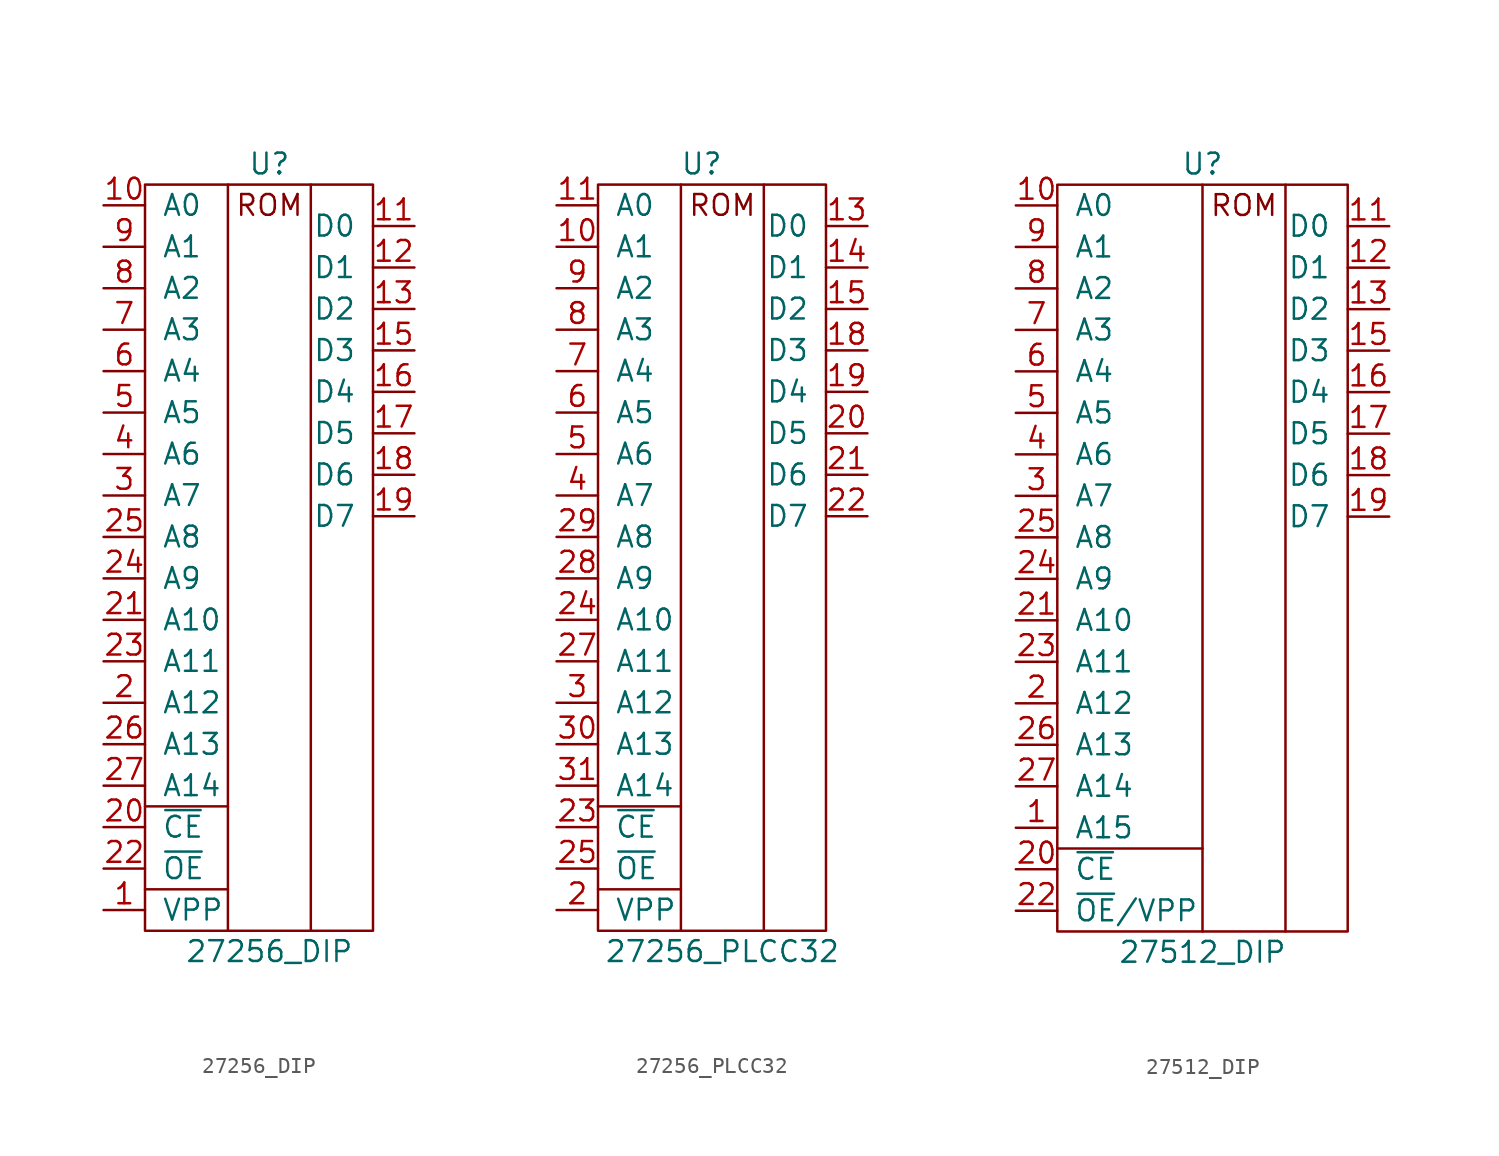
<source format=kicad_sym>
(kicad_symbol_lib
  (version 20211014)
  (generator kicad_symbol_editor)
  (symbol "27256_DIP"
    (pin_names
      (offset 1.016))
    (property "Reference" "U"
      (at 0 25.4 0)
      (effects (font (size 1.27 1.27))))
    (property "Value" "27256_DIP"
      (at 0 -22.86 0)
      (effects (font (size 1.27 1.27))))
    (symbol "27256_DIP_0_0"
      (polyline (pts (xy 2.54 24.13) (xy 2.54 -21.59)) (stroke (width 0) (type default) (color 0 0 0 0)) (fill (type none)))
      (text "ROM" (at 0 22.86 0) (effects (font (size 1.27 1.27)))))
    (symbol "27256_DIP_0_1"
      (rectangle (start -7.62 24.13) (end 6.35 -21.59) (stroke (width 0) (type default) (color 0 0 0 0)) (fill (type none)))
      (polyline (pts (xy -7.62 -19.05) (xy -2.54 -19.05)) (stroke (width 0) (type default) (color 0 0 0 0)) (fill (type none)))
      (polyline (pts (xy -7.62 -13.97) (xy -2.54 -13.97)) (stroke (width 0) (type default) (color 0 0 0 0)) (fill (type none)))
      (polyline (pts (xy -2.54 -21.59) (xy -2.54 24.13)) (stroke (width 0) (type default) (color 0 0 0 0)) (fill (type none)))
      (pin power_in line (at 6.35 -21.59 180) (length 0) hide (name "GND" (effects (font (size 1.27 1.27)))) (number "14" (effects (font (size 1.27 1.27)))))
      (pin power_in line (at 6.35 24.13 180) (length 0) hide (name "VCC" (effects (font (size 1.27 1.27)))) (number "28" (effects (font (size 1.27 1.27))))))
    (symbol "27256_DIP_1_1"
      (pin input line (at -10.16 -20.32 0) (length 2.54) (name "VPP" (effects (font (size 1.27 1.27)))) (number "1" (effects (font (size 1.27 1.27)))))
      (pin input line (at -10.16 22.86 0) (length 2.54) (name "A0" (effects (font (size 1.27 1.27)))) (number "10" (effects (font (size 1.27 1.27)))))
      (pin output line (at 8.89 21.59 180) (length 2.54) (name "D0" (effects (font (size 1.27 1.27)))) (number "11" (effects (font (size 1.27 1.27)))))
      (pin output line (at 8.89 19.05 180) (length 2.54) (name "D1" (effects (font (size 1.27 1.27)))) (number "12" (effects (font (size 1.27 1.27)))))
      (pin output line (at 8.89 16.51 180) (length 2.54) (name "D2" (effects (font (size 1.27 1.27)))) (number "13" (effects (font (size 1.27 1.27)))))
      (pin output line (at 8.89 13.97 180) (length 2.54) (name "D3" (effects (font (size 1.27 1.27)))) (number "15" (effects (font (size 1.27 1.27)))))
      (pin output line (at 8.89 11.43 180) (length 2.54) (name "D4" (effects (font (size 1.27 1.27)))) (number "16" (effects (font (size 1.27 1.27)))))
      (pin output line (at 8.89 8.89 180) (length 2.54) (name "D5" (effects (font (size 1.27 1.27)))) (number "17" (effects (font (size 1.27 1.27)))))
      (pin output line (at 8.89 6.35 180) (length 2.54) (name "D6" (effects (font (size 1.27 1.27)))) (number "18" (effects (font (size 1.27 1.27)))))
      (pin output line (at 8.89 3.81 180) (length 2.54) (name "D7" (effects (font (size 1.27 1.27)))) (number "19" (effects (font (size 1.27 1.27)))))
      (pin input line (at -10.16 -7.62 0) (length 2.54) (name "A12" (effects (font (size 1.27 1.27)))) (number "2" (effects (font (size 1.27 1.27)))))
      (pin input line (at -10.16 -15.24 0) (length 2.54) (name "~{CE}" (effects (font (size 1.27 1.27)))) (number "20" (effects (font (size 1.27 1.27)))))
      (pin input line (at -10.16 -2.54 0) (length 2.54) (name "A10" (effects (font (size 1.27 1.27)))) (number "21" (effects (font (size 1.27 1.27)))))
      (pin input line (at -10.16 -17.78 0) (length 2.54) (name "~{OE}" (effects (font (size 1.27 1.27)))) (number "22" (effects (font (size 1.27 1.27)))))
      (pin input line (at -10.16 -5.08 0) (length 2.54) (name "A11" (effects (font (size 1.27 1.27)))) (number "23" (effects (font (size 1.27 1.27)))))
      (pin input line (at -10.16 0 0) (length 2.54) (name "A9" (effects (font (size 1.27 1.27)))) (number "24" (effects (font (size 1.27 1.27)))))
      (pin input line (at -10.16 2.54 0) (length 2.54) (name "A8" (effects (font (size 1.27 1.27)))) (number "25" (effects (font (size 1.27 1.27)))))
      (pin input line (at -10.16 -10.16 0) (length 2.54) (name "A13" (effects (font (size 1.27 1.27)))) (number "26" (effects (font (size 1.27 1.27)))))
      (pin input line (at -10.16 -12.7 0) (length 2.54) (name "A14" (effects (font (size 1.27 1.27)))) (number "27" (effects (font (size 1.27 1.27)))))
      (pin input line (at -10.16 5.08 0) (length 2.54) (name "A7" (effects (font (size 1.27 1.27)))) (number "3" (effects (font (size 1.27 1.27)))))
      (pin input line (at -10.16 7.62 0) (length 2.54) (name "A6" (effects (font (size 1.27 1.27)))) (number "4" (effects (font (size 1.27 1.27)))))
      (pin input line (at -10.16 10.16 0) (length 2.54) (name "A5" (effects (font (size 1.27 1.27)))) (number "5" (effects (font (size 1.27 1.27)))))
      (pin input line (at -10.16 12.7 0) (length 2.54) (name "A4" (effects (font (size 1.27 1.27)))) (number "6" (effects (font (size 1.27 1.27)))))
      (pin input line (at -10.16 15.24 0) (length 2.54) (name "A3" (effects (font (size 1.27 1.27)))) (number "7" (effects (font (size 1.27 1.27)))))
      (pin input line (at -10.16 17.78 0) (length 2.54) (name "A2" (effects (font (size 1.27 1.27)))) (number "8" (effects (font (size 1.27 1.27)))))
      (pin input line (at -10.16 20.32 0) (length 2.54) (name "A1" (effects (font (size 1.27 1.27)))) (number "9" (effects (font (size 1.27 1.27)))))))
  (symbol "27256_PLCC32"
    (pin_names
      (offset 1.016))
    (property "Reference" "U"
      (at 0 25.4 0)
      (effects (font (size 1.27 1.27))))
    (property "Value" "27256_PLCC32"
      (at 1.27 -22.86 0)
      (effects (font (size 1.27 1.27))))
    (symbol "27256_PLCC32_0_0"
      (polyline (pts (xy -6.35 -13.97) (xy -1.27 -13.97)) (stroke (width 0) (type default) (color 0 0 0 0)) (fill (type none)))
      (text "ROM" (at 1.27 22.86 0) (effects (font (size 1.27 1.27)))))
    (symbol "27256_PLCC32_0_1"
      (rectangle (start -6.35 24.13) (end 7.62 -21.59) (stroke (width 0) (type default) (color 0 0 0 0)) (fill (type none)))
      (polyline (pts (xy -6.35 -19.05) (xy -1.27 -19.05)) (stroke (width 0) (type default) (color 0 0 0 0)) (fill (type none)))
      (polyline (pts (xy -1.27 -21.59) (xy -1.27 24.13)) (stroke (width 0) (type default) (color 0 0 0 0)) (fill (type none)))
      (polyline (pts (xy 3.81 24.13) (xy 3.81 -21.59)) (stroke (width 0) (type default) (color 0 0 0 0)) (fill (type none)))
      (pin power_in line (at 7.62 -21.59 180) (length 0) hide (name "GND" (effects (font (size 1.27 1.27)))) (number "16" (effects (font (size 1.27 1.27)))))
      (pin power_in line (at 7.62 24.13 180) (length 0) hide (name "VCC" (effects (font (size 1.27 1.27)))) (number "32" (effects (font (size 1.27 1.27))))))
    (symbol "27256_PLCC32_1_1"
      (pin no_connect line (at 7.62 -2.54 180) (length 0) hide (name "DU" (effects (font (size 1.27 1.27)))) (number "1" (effects (font (size 1.27 1.27)))))
      (pin input line (at -8.89 20.32 0) (length 2.54) (name "A1" (effects (font (size 1.27 1.27)))) (number "10" (effects (font (size 1.27 1.27)))))
      (pin input line (at -8.89 22.86 0) (length 2.54) (name "A0" (effects (font (size 1.27 1.27)))) (number "11" (effects (font (size 1.27 1.27)))))
      (pin no_connect line (at 7.62 -5.08 180) (length 0) hide (name "NC" (effects (font (size 1.27 1.27)))) (number "12" (effects (font (size 1.27 1.27)))))
      (pin output line (at 10.16 21.59 180) (length 2.54) (name "D0" (effects (font (size 1.27 1.27)))) (number "13" (effects (font (size 1.27 1.27)))))
      (pin output line (at 10.16 19.05 180) (length 2.54) (name "D1" (effects (font (size 1.27 1.27)))) (number "14" (effects (font (size 1.27 1.27)))))
      (pin output line (at 10.16 16.51 180) (length 2.54) (name "D2" (effects (font (size 1.27 1.27)))) (number "15" (effects (font (size 1.27 1.27)))))
      (pin no_connect line (at 7.62 -7.62 180) (length 0) hide (name "DU" (effects (font (size 1.27 1.27)))) (number "17" (effects (font (size 1.27 1.27)))))
      (pin output line (at 10.16 13.97 180) (length 2.54) (name "D3" (effects (font (size 1.27 1.27)))) (number "18" (effects (font (size 1.27 1.27)))))
      (pin output line (at 10.16 11.43 180) (length 2.54) (name "D4" (effects (font (size 1.27 1.27)))) (number "19" (effects (font (size 1.27 1.27)))))
      (pin input line (at -8.89 -20.32 0) (length 2.54) (name "VPP" (effects (font (size 1.27 1.27)))) (number "2" (effects (font (size 1.27 1.27)))))
      (pin output line (at 10.16 8.89 180) (length 2.54) (name "D5" (effects (font (size 1.27 1.27)))) (number "20" (effects (font (size 1.27 1.27)))))
      (pin output line (at 10.16 6.35 180) (length 2.54) (name "D6" (effects (font (size 1.27 1.27)))) (number "21" (effects (font (size 1.27 1.27)))))
      (pin output line (at 10.16 3.81 180) (length 2.54) (name "D7" (effects (font (size 1.27 1.27)))) (number "22" (effects (font (size 1.27 1.27)))))
      (pin input line (at -8.89 -15.24 0) (length 2.54) (name "~{CE}" (effects (font (size 1.27 1.27)))) (number "23" (effects (font (size 1.27 1.27)))))
      (pin input line (at -8.89 -2.54 0) (length 2.54) (name "A10" (effects (font (size 1.27 1.27)))) (number "24" (effects (font (size 1.27 1.27)))))
      (pin input line (at -8.89 -17.78 0) (length 2.54) (name "~{OE}" (effects (font (size 1.27 1.27)))) (number "25" (effects (font (size 1.27 1.27)))))
      (pin no_connect line (at 7.62 -10.16 180) (length 0) hide (name "NC" (effects (font (size 1.27 1.27)))) (number "26" (effects (font (size 1.27 1.27)))))
      (pin input line (at -8.89 -5.08 0) (length 2.54) (name "A11" (effects (font (size 1.27 1.27)))) (number "27" (effects (font (size 1.27 1.27)))))
      (pin input line (at -8.89 0 0) (length 2.54) (name "A9" (effects (font (size 1.27 1.27)))) (number "28" (effects (font (size 1.27 1.27)))))
      (pin input line (at -8.89 2.54 0) (length 2.54) (name "A8" (effects (font (size 1.27 1.27)))) (number "29" (effects (font (size 1.27 1.27)))))
      (pin input line (at -8.89 -7.62 0) (length 2.54) (name "A12" (effects (font (size 1.27 1.27)))) (number "3" (effects (font (size 1.27 1.27)))))
      (pin input line (at -8.89 -10.16 0) (length 2.54) (name "A13" (effects (font (size 1.27 1.27)))) (number "30" (effects (font (size 1.27 1.27)))))
      (pin input line (at -8.89 -12.7 0) (length 2.54) (name "A14" (effects (font (size 1.27 1.27)))) (number "31" (effects (font (size 1.27 1.27)))))
      (pin input line (at -8.89 5.08 0) (length 2.54) (name "A7" (effects (font (size 1.27 1.27)))) (number "4" (effects (font (size 1.27 1.27)))))
      (pin input line (at -8.89 7.62 0) (length 2.54) (name "A6" (effects (font (size 1.27 1.27)))) (number "5" (effects (font (size 1.27 1.27)))))
      (pin input line (at -8.89 10.16 0) (length 2.54) (name "A5" (effects (font (size 1.27 1.27)))) (number "6" (effects (font (size 1.27 1.27)))))
      (pin input line (at -8.89 12.7 0) (length 2.54) (name "A4" (effects (font (size 1.27 1.27)))) (number "7" (effects (font (size 1.27 1.27)))))
      (pin input line (at -8.89 15.24 0) (length 2.54) (name "A3" (effects (font (size 1.27 1.27)))) (number "8" (effects (font (size 1.27 1.27)))))
      (pin input line (at -8.89 17.78 0) (length 2.54) (name "A2" (effects (font (size 1.27 1.27)))) (number "9" (effects (font (size 1.27 1.27)))))))
  (symbol "27512_DIP"
    (pin_names
      (offset 1.016))
    (property "Reference" "U"
      (at 0 24.13 0)
      (effects (font (size 1.27 1.27))))
    (property "Value" "27512_DIP"
      (at 0 -24.13 0)
      (effects (font (size 1.27 1.27))))
    (symbol "27512_DIP_0_0"
      (polyline (pts (xy 5.08 22.86) (xy 5.08 -22.86)) (stroke (width 0) (type default) (color 0 0 0 0)) (fill (type none)))
      (text "ROM" (at 2.54 21.59 0) (effects (font (size 1.27 1.27)))))
    (symbol "27512_DIP_0_1"
      (rectangle (start -8.89 22.86) (end 8.89 -22.86) (stroke (width 0) (type default) (color 0 0 0 0)) (fill (type none)))
      (polyline (pts (xy -8.89 -17.78) (xy 0 -17.78)) (stroke (width 0) (type default) (color 0 0 0 0)) (fill (type none)))
      (polyline (pts (xy 0 -22.86) (xy 0 22.86)) (stroke (width 0) (type default) (color 0 0 0 0)) (fill (type none)))
      (pin power_in line (at 8.89 -22.86 180) (length 0) hide (name "GND" (effects (font (size 1.27 1.27)))) (number "14" (effects (font (size 1.27 1.27)))))
      (pin power_in line (at 8.89 22.86 180) (length 0) hide (name "VCC" (effects (font (size 1.27 1.27)))) (number "28" (effects (font (size 1.27 1.27))))))
    (symbol "27512_DIP_1_1"
      (pin input line (at -11.43 -16.51 0) (length 2.54) (name "A15" (effects (font (size 1.27 1.27)))) (number "1" (effects (font (size 1.27 1.27)))))
      (pin input line (at -11.43 21.59 0) (length 2.54) (name "A0" (effects (font (size 1.27 1.27)))) (number "10" (effects (font (size 1.27 1.27)))))
      (pin output line (at 11.43 20.32 180) (length 2.54) (name "D0" (effects (font (size 1.27 1.27)))) (number "11" (effects (font (size 1.27 1.27)))))
      (pin output line (at 11.43 17.78 180) (length 2.54) (name "D1" (effects (font (size 1.27 1.27)))) (number "12" (effects (font (size 1.27 1.27)))))
      (pin output line (at 11.43 15.24 180) (length 2.54) (name "D2" (effects (font (size 1.27 1.27)))) (number "13" (effects (font (size 1.27 1.27)))))
      (pin output line (at 11.43 12.7 180) (length 2.54) (name "D3" (effects (font (size 1.27 1.27)))) (number "15" (effects (font (size 1.27 1.27)))))
      (pin output line (at 11.43 10.16 180) (length 2.54) (name "D4" (effects (font (size 1.27 1.27)))) (number "16" (effects (font (size 1.27 1.27)))))
      (pin output line (at 11.43 7.62 180) (length 2.54) (name "D5" (effects (font (size 1.27 1.27)))) (number "17" (effects (font (size 1.27 1.27)))))
      (pin output line (at 11.43 5.08 180) (length 2.54) (name "D6" (effects (font (size 1.27 1.27)))) (number "18" (effects (font (size 1.27 1.27)))))
      (pin output line (at 11.43 2.54 180) (length 2.54) (name "D7" (effects (font (size 1.27 1.27)))) (number "19" (effects (font (size 1.27 1.27)))))
      (pin input line (at -11.43 -8.89 0) (length 2.54) (name "A12" (effects (font (size 1.27 1.27)))) (number "2" (effects (font (size 1.27 1.27)))))
      (pin input line (at -11.43 -19.05 0) (length 2.54) (name "~{CE}" (effects (font (size 1.27 1.27)))) (number "20" (effects (font (size 1.27 1.27)))))
      (pin input line (at -11.43 -3.81 0) (length 2.54) (name "A10" (effects (font (size 1.27 1.27)))) (number "21" (effects (font (size 1.27 1.27)))))
      (pin input line (at -11.43 -21.59 0) (length 2.54) (name "~{OE}/VPP" (effects (font (size 1.27 1.27)))) (number "22" (effects (font (size 1.27 1.27)))))
      (pin input line (at -11.43 -6.35 0) (length 2.54) (name "A11" (effects (font (size 1.27 1.27)))) (number "23" (effects (font (size 1.27 1.27)))))
      (pin input line (at -11.43 -1.27 0) (length 2.54) (name "A9" (effects (font (size 1.27 1.27)))) (number "24" (effects (font (size 1.27 1.27)))))
      (pin input line (at -11.43 1.27 0) (length 2.54) (name "A8" (effects (font (size 1.27 1.27)))) (number "25" (effects (font (size 1.27 1.27)))))
      (pin input line (at -11.43 -11.43 0) (length 2.54) (name "A13" (effects (font (size 1.27 1.27)))) (number "26" (effects (font (size 1.27 1.27)))))
      (pin input line (at -11.43 -13.97 0) (length 2.54) (name "A14" (effects (font (size 1.27 1.27)))) (number "27" (effects (font (size 1.27 1.27)))))
      (pin input line (at -11.43 3.81 0) (length 2.54) (name "A7" (effects (font (size 1.27 1.27)))) (number "3" (effects (font (size 1.27 1.27)))))
      (pin input line (at -11.43 6.35 0) (length 2.54) (name "A6" (effects (font (size 1.27 1.27)))) (number "4" (effects (font (size 1.27 1.27)))))
      (pin input line (at -11.43 8.89 0) (length 2.54) (name "A5" (effects (font (size 1.27 1.27)))) (number "5" (effects (font (size 1.27 1.27)))))
      (pin input line (at -11.43 11.43 0) (length 2.54) (name "A4" (effects (font (size 1.27 1.27)))) (number "6" (effects (font (size 1.27 1.27)))))
      (pin input line (at -11.43 13.97 0) (length 2.54) (name "A3" (effects (font (size 1.27 1.27)))) (number "7" (effects (font (size 1.27 1.27)))))
      (pin input line (at -11.43 16.51 0) (length 2.54) (name "A2" (effects (font (size 1.27 1.27)))) (number "8" (effects (font (size 1.27 1.27)))))
      (pin input line (at -11.43 19.05 0) (length 2.54) (name "A1" (effects (font (size 1.27 1.27)))) (number "9" (effects (font (size 1.27 1.27))))))))
</source>
